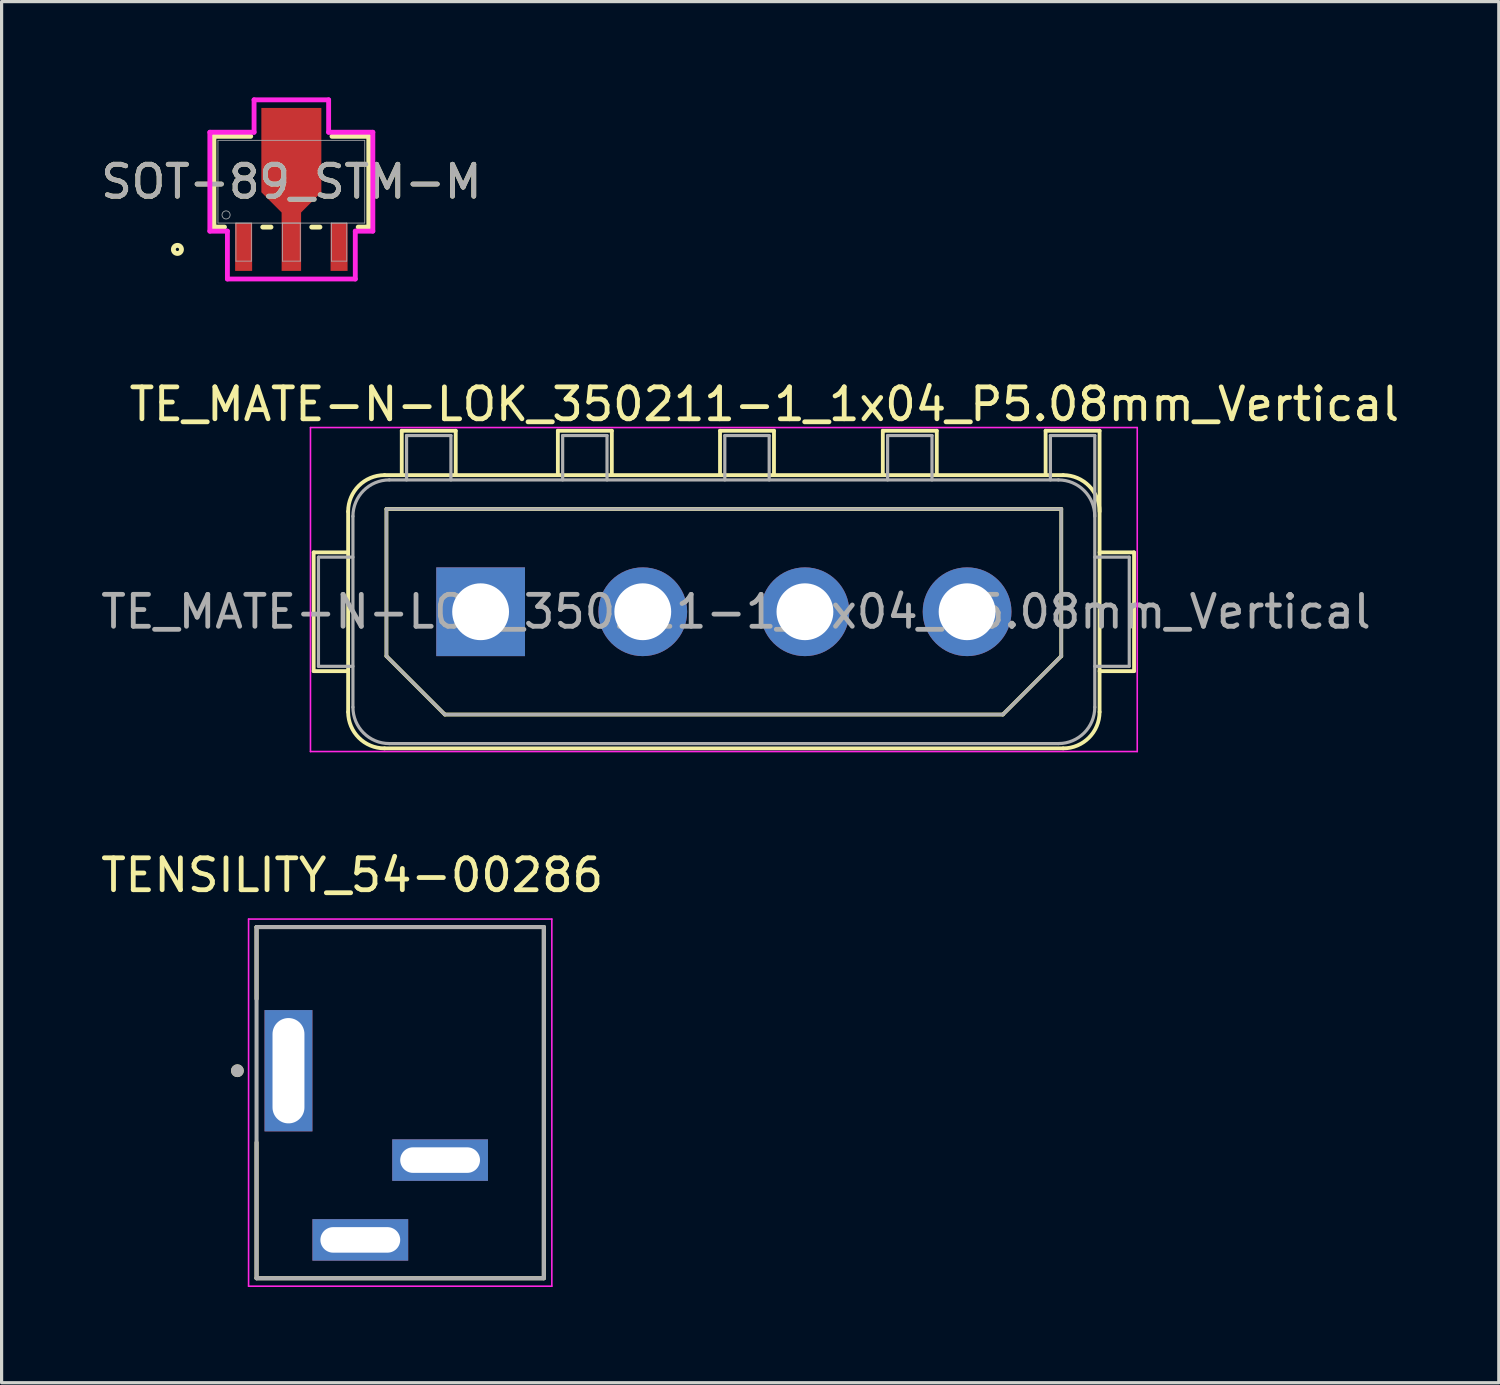
<source format=kicad_pcb>
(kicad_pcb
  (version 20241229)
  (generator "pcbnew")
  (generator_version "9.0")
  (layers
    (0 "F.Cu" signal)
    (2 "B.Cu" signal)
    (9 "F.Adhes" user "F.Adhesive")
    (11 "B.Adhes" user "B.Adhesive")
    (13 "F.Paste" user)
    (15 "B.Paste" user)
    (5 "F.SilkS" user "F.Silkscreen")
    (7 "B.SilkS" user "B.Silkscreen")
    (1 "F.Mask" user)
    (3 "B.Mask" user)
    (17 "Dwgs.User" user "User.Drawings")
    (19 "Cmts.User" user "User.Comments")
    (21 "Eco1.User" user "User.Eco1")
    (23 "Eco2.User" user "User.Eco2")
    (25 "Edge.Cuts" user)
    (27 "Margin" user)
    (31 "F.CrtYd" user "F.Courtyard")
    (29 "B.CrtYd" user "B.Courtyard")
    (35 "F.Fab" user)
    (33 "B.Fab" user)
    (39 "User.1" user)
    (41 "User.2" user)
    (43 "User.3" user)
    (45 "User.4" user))
  (footprint "TENSILITY_54-00286"
    (layer "F.Cu")
    (at 9.487 31.492)
    (property "Reference" "TENSILITY_54-00286" (at -1.505 -7.125 0) (layer "F.SilkS") (effects (font (size 1 1) (thickness 0.15))))
    (attr through_hole)
    (fp_line (start -4.5 -5.5) (end 4.5 -5.5) (stroke (width 0.127) (type solid)) (layer "F.SilkS"))
    (fp_line (start -4.5 -3.25) (end -4.5 -5.5) (stroke (width 0.127) (type solid)) (layer "F.SilkS"))
    (fp_line (start -4.5 5.5) (end -4.5 1.25) (stroke (width 0.127) (type solid)) (layer "F.SilkS"))
    (fp_line (start 4.5 -5.5) (end 4.5 5.5) (stroke (width 0.127) (type solid)) (layer "F.SilkS"))
    (fp_line (start 4.5 5.5) (end -4.5 5.5) (stroke (width 0.127) (type solid)) (layer "F.SilkS"))
    (fp_circle (center -5.1 -1) (end -5 -1) (stroke (width 0.2) (type solid)) (fill no) (layer "F.SilkS"))
    (fp_line (start -4.75 -5.75) (end -4.75 5.75) (stroke (width 0.05) (type solid)) (layer "F.CrtYd"))
    (fp_line (start -4.75 5.75) (end 4.75 5.75) (stroke (width 0.05) (type solid)) (layer "F.CrtYd"))
    (fp_line (start 4.75 -5.75) (end -4.75 -5.75) (stroke (width 0.05) (type solid)) (layer "F.CrtYd"))
    (fp_line (start 4.75 5.75) (end 4.75 -5.75) (stroke (width 0.05) (type solid)) (layer "F.CrtYd"))
    (fp_line (start -4.5 -5.5) (end 4.5 -5.5) (stroke (width 0.127) (type solid)) (layer "F.Fab"))
    (fp_line (start -4.5 5.5) (end -4.5 -5.5) (stroke (width 0.127) (type solid)) (layer "F.Fab"))
    (fp_line (start 4.5 -5.5) (end 4.5 5.5) (stroke (width 0.127) (type solid)) (layer "F.Fab"))
    (fp_line (start 4.5 5.5) (end -4.5 5.5) (stroke (width 0.127) (type solid)) (layer "F.Fab"))
    (fp_circle (center -5.1 -1) (end -5 -1) (stroke (width 0.2) (type solid)) (fill no) (layer "F.Fab"))
    (pad "A" thru_hole rect (at -3.5 -1) (size 1.5 3.8) (drill oval 1 3.3) (layers "*.Cu" "*.Mask"))
    (pad "B" thru_hole rect (at -1.25 4.3) (size 3 1.3) (drill oval 2.5 0.8) (layers "*.Cu" "*.Mask"))
    (pad "C" thru_hole rect (at 1.25 1.8) (size 3 1.3) (drill oval 2.5 0.8) (layers "*.Cu" "*.Mask")))
  (footprint "TE_MATE-N-LOK_350211-1_1x04_P5.08mm_Vertical"
    (layer "F.Cu")
    (at 12.006 16.114)
    (property "Reference" "TE_MATE-N-LOK_350211-1_1x04_P5.08mm_Vertical" (at 8.89 -6.5 0) (layer "F.SilkS") (effects (font (size 1 1) (thickness 0.15))))
    (attr through_hole)
    (fp_line (start -5.23 -1.86) (end -4.15 -1.86) (stroke (width 0.12) (type solid)) (layer "F.SilkS"))
    (fp_line (start -5.23 1.86) (end -5.23 -1.86) (stroke (width 0.12) (type solid)) (layer "F.SilkS"))
    (fp_line (start -4.15 -3.14) (end -4.15 3.14) (stroke (width 0.12) (type solid)) (layer "F.SilkS"))
    (fp_line (start -4.15 1.86) (end -5.23 1.86) (stroke (width 0.12) (type solid)) (layer "F.SilkS"))
    (fp_line (start -3.01 4.28) (end 18.25 4.28) (stroke (width 0.12) (type solid)) (layer "F.SilkS"))
    (fp_line (start -2.95 -3.22) (end 18.19 -3.22) (stroke (width 0.12) (type solid)) (layer "F.SilkS"))
    (fp_line (start -2.95 1.39) (end -2.95 -3.22) (stroke (width 0.12) (type solid)) (layer "F.SilkS"))
    (fp_line (start -2.47 -5.67) (end -0.78 -5.67) (stroke (width 0.12) (type solid)) (layer "F.SilkS"))
    (fp_line (start -2.47 -4.28) (end -2.47 -5.67) (stroke (width 0.12) (type solid)) (layer "F.SilkS"))
    (fp_line (start -1.12 3.22) (end -2.95 1.39) (stroke (width 0.12) (type solid)) (layer "F.SilkS"))
    (fp_line (start -0.78 -5.67) (end -0.78 -4.28) (stroke (width 0.12) (type solid)) (layer "F.SilkS"))
    (fp_line (start 2.42 -5.67) (end 4.11 -5.67) (stroke (width 0.12) (type solid)) (layer "F.SilkS"))
    (fp_line (start 2.42 -4.28) (end 2.42 -5.67) (stroke (width 0.12) (type solid)) (layer "F.SilkS"))
    (fp_line (start 4.11 -5.67) (end 4.11 -4.28) (stroke (width 0.12) (type solid)) (layer "F.SilkS"))
    (fp_line (start 7.5 -5.67) (end 9.19 -5.67) (stroke (width 0.12) (type solid)) (layer "F.SilkS"))
    (fp_line (start 7.5 -4.28) (end 7.5 -5.67) (stroke (width 0.12) (type solid)) (layer "F.SilkS"))
    (fp_line (start 9.19 -5.67) (end 9.19 -4.28) (stroke (width 0.12) (type solid)) (layer "F.SilkS"))
    (fp_line (start 12.6 -5.67) (end 14.29 -5.67) (stroke (width 0.12) (type solid)) (layer "F.SilkS"))
    (fp_line (start 12.6 -4.28) (end 12.6 -5.67) (stroke (width 0.12) (type solid)) (layer "F.SilkS"))
    (fp_line (start 14.29 -5.67) (end 14.29 -4.28) (stroke (width 0.12) (type solid)) (layer "F.SilkS"))
    (fp_line (start 16.36 3.22) (end -1.12 3.22) (stroke (width 0.12) (type solid)) (layer "F.SilkS"))
    (fp_line (start 17.7 -5.67) (end 19.39 -5.67) (stroke (width 0.12) (type solid)) (layer "F.SilkS"))
    (fp_line (start 17.7 -4.28) (end 17.7 -5.67) (stroke (width 0.12) (type solid)) (layer "F.SilkS"))
    (fp_line (start 18.19 -3.22) (end 18.19 1.39) (stroke (width 0.12) (type solid)) (layer "F.SilkS"))
    (fp_line (start 18.19 1.39) (end 16.36 3.22) (stroke (width 0.12) (type solid)) (layer "F.SilkS"))
    (fp_line (start 18.25 -4.28) (end -3.01 -4.28) (stroke (width 0.12) (type solid)) (layer "F.SilkS"))
    (fp_line (start 19.39 1.86) (end 20.47 1.86) (stroke (width 0.12) (type solid)) (layer "F.SilkS"))
    (fp_line (start 19.39 3.14) (end 19.39 -5.67) (stroke (width 0.12) (type solid)) (layer "F.SilkS"))
    (fp_line (start 20.47 -1.86) (end 19.39 -1.86) (stroke (width 0.12) (type solid)) (layer "F.SilkS"))
    (fp_line (start 20.47 1.86) (end 20.47 -1.86) (stroke (width 0.12) (type solid)) (layer "F.SilkS"))
    (fp_arc (start -4.15 -3.14) (mid -3.816102 -3.946102) (end -3.01 -4.28) (stroke (width 0.12) (type solid)) (layer "F.SilkS"))
    (fp_arc (start -3.01 4.28) (mid -3.816102 3.946102) (end -4.15 3.14) (stroke (width 0.12) (type solid)) (layer "F.SilkS"))
    (fp_arc (start 18.25 -4.28) (mid 19.056102 -3.946102) (end 19.39 -3.14) (stroke (width 0.12) (type solid)) (layer "F.SilkS"))
    (fp_arc (start 19.39 3.14) (mid 19.056102 3.946102) (end 18.25 4.28) (stroke (width 0.12) (type solid)) (layer "F.SilkS"))
    (fp_line (start -5.33 -5.77) (end -5.33 4.38) (stroke (width 0.05) (type solid)) (layer "F.CrtYd"))
    (fp_line (start -5.33 4.38) (end 20.57 4.38) (stroke (width 0.05) (type solid)) (layer "F.CrtYd"))
    (fp_line (start 20.57 -5.77) (end -5.33 -5.77) (stroke (width 0.05) (type solid)) (layer "F.CrtYd"))
    (fp_line (start 20.57 4.38) (end 20.57 -5.77) (stroke (width 0.05) (type solid)) (layer "F.CrtYd"))
    (fp_line (start -5.08 -1.71) (end -4 -1.71) (stroke (width 0.1) (type solid)) (layer "F.Fab"))
    (fp_line (start -5.08 1.71) (end -5.08 -1.71) (stroke (width 0.1) (type solid)) (layer "F.Fab"))
    (fp_line (start -4 -2.99) (end -4 2.99) (stroke (width 0.1) (type solid)) (layer "F.Fab"))
    (fp_line (start -4 1.71) (end -5.08 1.71) (stroke (width 0.1) (type solid)) (layer "F.Fab"))
    (fp_line (start -2.95 -3.22) (end 18.19 -3.22) (stroke (width 0.1) (type solid)) (layer "F.Fab"))
    (fp_line (start -2.95 1.39) (end -2.95 -3.22) (stroke (width 0.1) (type solid)) (layer "F.Fab"))
    (fp_line (start -2.86 4.13) (end 18.1 4.13) (stroke (width 0.1) (type solid)) (layer "F.Fab"))
    (fp_line (start -2.32 -5.52) (end -0.93 -5.52) (stroke (width 0.1) (type solid)) (layer "F.Fab"))
    (fp_line (start -2.32 -4.13) (end -2.32 -5.52) (stroke (width 0.1) (type solid)) (layer "F.Fab"))
    (fp_line (start -1.12 3.22) (end -2.95 1.39) (stroke (width 0.1) (type solid)) (layer "F.Fab"))
    (fp_line (start -0.93 -5.52) (end -0.93 -4.13) (stroke (width 0.1) (type solid)) (layer "F.Fab"))
    (fp_line (start 2.57 -5.52) (end 3.96 -5.52) (stroke (width 0.1) (type solid)) (layer "F.Fab"))
    (fp_line (start 2.57 -4.13) (end 2.57 -5.52) (stroke (width 0.1) (type solid)) (layer "F.Fab"))
    (fp_line (start 3.96 -5.52) (end 3.96 -4.13) (stroke (width 0.1) (type solid)) (layer "F.Fab"))
    (fp_line (start 7.65 -5.52) (end 9.04 -5.52) (stroke (width 0.1) (type solid)) (layer "F.Fab"))
    (fp_line (start 7.65 -4.13) (end 7.65 -5.52) (stroke (width 0.1) (type solid)) (layer "F.Fab"))
    (fp_line (start 9.04 -5.52) (end 9.04 -4.13) (stroke (width 0.1) (type solid)) (layer "F.Fab"))
    (fp_line (start 12.75 -5.52) (end 14.14 -5.52) (stroke (width 0.1) (type solid)) (layer "F.Fab"))
    (fp_line (start 12.75 -4.13) (end 12.75 -5.52) (stroke (width 0.1) (type solid)) (layer "F.Fab"))
    (fp_line (start 14.14 -5.52) (end 14.14 -4.13) (stroke (width 0.1) (type solid)) (layer "F.Fab"))
    (fp_line (start 16.36 3.22) (end -1.12 3.22) (stroke (width 0.1) (type solid)) (layer "F.Fab"))
    (fp_line (start 17.85 -5.52) (end 19.24 -5.52) (stroke (width 0.1) (type solid)) (layer "F.Fab"))
    (fp_line (start 17.85 -4.13) (end 17.85 -5.52) (stroke (width 0.1) (type solid)) (layer "F.Fab"))
    (fp_line (start 18.1 -4.13) (end -2.86 -4.13) (stroke (width 0.1) (type solid)) (layer "F.Fab"))
    (fp_line (start 18.19 -3.22) (end 18.19 1.39) (stroke (width 0.1) (type solid)) (layer "F.Fab"))
    (fp_line (start 18.19 1.39) (end 16.36 3.22) (stroke (width 0.1) (type solid)) (layer "F.Fab"))
    (fp_line (start 19.24 1.71) (end 20.32 1.71) (stroke (width 0.1) (type solid)) (layer "F.Fab"))
    (fp_line (start 19.24 2.99) (end 19.24 -5.52) (stroke (width 0.1) (type solid)) (layer "F.Fab"))
    (fp_line (start 20.32 -1.71) (end 19.24 -1.71) (stroke (width 0.1) (type solid)) (layer "F.Fab"))
    (fp_line (start 20.32 1.71) (end 20.32 -1.71) (stroke (width 0.1) (type solid)) (layer "F.Fab"))
    (fp_arc (start -4 -2.99) (mid -3.666102 -3.796102) (end -2.86 -4.13) (stroke (width 0.1) (type solid)) (layer "F.Fab"))
    (fp_arc (start -2.86 4.13) (mid -3.666102 3.796102) (end -4 2.99) (stroke (width 0.1) (type solid)) (layer "F.Fab"))
    (fp_arc (start 18.1 -4.13) (mid 18.906102 -3.796102) (end 19.24 -2.99) (stroke (width 0.1) (type solid)) (layer "F.Fab"))
    (fp_arc (start 19.24 2.99) (mid 18.906102 3.796102) (end 18.1 4.13) (stroke (width 0.1) (type solid)) (layer "F.Fab"))
    (fp_text user "${REFERENCE}" (at 8 0 0) (layer "F.Fab") (effects (font (size 1 1) (thickness 0.15))))
    (pad "1" thru_hole rect (at 0 0) (size 2.78 2.78) (drill 1.78) (layers "*.Cu" "*.Mask"))
    (pad "2" thru_hole circle (at 5.08 0) (size 2.78 2.78) (drill 1.78) (layers "*.Cu" "*.Mask"))
    (pad "3" thru_hole circle (at 10.16 0) (size 2.78 2.78) (drill 1.78) (layers "*.Cu" "*.Mask"))
    (pad "4" thru_hole circle (at 15.24 0) (size 2.78 2.78) (drill 1.78) (layers "*.Cu" "*.Mask")))
  (footprint "SOT-89_STM-M"
    (layer "F.Cu")
    (at 6.077 2.642)
    (property "Reference" "SOT-89_STM-M" (at 0 0 0) (unlocked yes) (layer "F.SilkS") (effects (font (size 1 1) (thickness 0.15))))
    (attr smd)
    (fp_poly (pts (xy -0.305 1.295) (xy -0.305 0.965) (xy -0.94 0.33) (xy -0.94 -2.311) (xy 0.94 -2.311) (xy 0.94 0.33) (xy 0.305 0.965) (xy 0.305 1.295)) (stroke (width 0) (type solid)) (fill yes) (layer "F.Cu"))
    (fp_poly (pts (xy -0.305 1.321) (xy -0.305 0.965) (xy -0.94 0.33) (xy -0.94 -2.057) (xy 0.94 -2.057) (xy 0.94 0.33) (xy 0.305 0.965) (xy 0.305 1.321)) (stroke (width 0) (type solid)) (fill yes) (layer "F.Mask"))
    (fp_line (start -2.426 -1.422) (end -2.426 1.422) (stroke (width 0.152) (type solid)) (layer "F.SilkS"))
    (fp_line (start -2.426 1.422) (end -2.094 1.422) (stroke (width 0.152) (type solid)) (layer "F.SilkS"))
    (fp_line (start -1.273 -1.422) (end -2.426 -1.422) (stroke (width 0.152) (type solid)) (layer "F.SilkS"))
    (fp_line (start -0.896 1.422) (end -0.638 1.422) (stroke (width 0.152) (type solid)) (layer "F.SilkS"))
    (fp_line (start 0.638 1.422) (end 0.896 1.422) (stroke (width 0.152) (type solid)) (layer "F.SilkS"))
    (fp_line (start 2.094 1.422) (end 2.426 1.422) (stroke (width 0.152) (type solid)) (layer "F.SilkS"))
    (fp_line (start 2.426 -1.422) (end 1.273 -1.422) (stroke (width 0.152) (type solid)) (layer "F.SilkS"))
    (fp_line (start 2.426 1.422) (end 2.426 -1.422) (stroke (width 0.152) (type solid)) (layer "F.SilkS"))
    (fp_circle (center -3.569 2.121) (end -3.442 2.121) (stroke (width 0.152) (type solid)) (fill no) (layer "F.SilkS"))
    (fp_poly (pts (xy -0.305 1.321) (xy -0.305 0.965) (xy -0.94 0.33) (xy -0.94 -2.057) (xy 0.94 -2.057) (xy 0.94 0.33) (xy 0.305 0.965) (xy 0.305 1.321)) (stroke (width 0) (type solid)) (fill yes) (layer "F.Paste"))
    (fp_line (start -2.553 -1.549) (end -1.168 -1.549) (stroke (width 0.152) (type solid)) (layer "F.CrtYd"))
    (fp_line (start -2.553 1.549) (end -2.553 -1.549) (stroke (width 0.152) (type solid)) (layer "F.CrtYd"))
    (fp_line (start -2.003 1.549) (end -2.553 1.549) (stroke (width 0.152) (type solid)) (layer "F.CrtYd"))
    (fp_line (start -2.003 3.048) (end -2.003 1.549) (stroke (width 0.152) (type solid)) (layer "F.CrtYd"))
    (fp_line (start -1.168 -2.565) (end 1.168 -2.565) (stroke (width 0.152) (type solid)) (layer "F.CrtYd"))
    (fp_line (start -1.168 -1.549) (end -1.168 -2.565) (stroke (width 0.152) (type solid)) (layer "F.CrtYd"))
    (fp_line (start 1.168 -2.565) (end 1.168 -1.549) (stroke (width 0.152) (type solid)) (layer "F.CrtYd"))
    (fp_line (start 1.168 -1.549) (end 2.553 -1.549) (stroke (width 0.152) (type solid)) (layer "F.CrtYd"))
    (fp_line (start 2.003 1.549) (end 2.003 3.048) (stroke (width 0.152) (type solid)) (layer "F.CrtYd"))
    (fp_line (start 2.003 3.048) (end -2.003 3.048) (stroke (width 0.152) (type solid)) (layer "F.CrtYd"))
    (fp_line (start 2.553 -1.549) (end 2.553 1.549) (stroke (width 0.152) (type solid)) (layer "F.CrtYd"))
    (fp_line (start 2.553 1.549) (end 2.003 1.549) (stroke (width 0.152) (type solid)) (layer "F.CrtYd"))
    (fp_line (start -2.299 -1.295) (end -2.299 1.295) (stroke (width 0.025) (type solid)) (layer "F.Fab"))
    (fp_line (start -2.299 1.295) (end 2.299 1.295) (stroke (width 0.025) (type solid)) (layer "F.Fab"))
    (fp_line (start -1.736 1.295) (end -1.736 2.489) (stroke (width 0.025) (type solid)) (layer "F.Fab"))
    (fp_line (start -1.736 2.489) (end -1.254 2.489) (stroke (width 0.025) (type solid)) (layer "F.Fab"))
    (fp_line (start -1.254 1.295) (end -1.736 1.295) (stroke (width 0.025) (type solid)) (layer "F.Fab"))
    (fp_line (start -1.254 2.489) (end -1.254 1.295) (stroke (width 0.025) (type solid)) (layer "F.Fab"))
    (fp_line (start -0.279 1.295) (end -0.279 2.489) (stroke (width 0.025) (type solid)) (layer "F.Fab"))
    (fp_line (start -0.279 2.489) (end 0.279 2.489) (stroke (width 0.025) (type solid)) (layer "F.Fab"))
    (fp_line (start 0.279 1.295) (end -0.279 1.295) (stroke (width 0.025) (type solid)) (layer "F.Fab"))
    (fp_line (start 0.279 2.489) (end 0.279 1.295) (stroke (width 0.025) (type solid)) (layer "F.Fab"))
    (fp_line (start 1.254 1.295) (end 1.254 2.489) (stroke (width 0.025) (type solid)) (layer "F.Fab"))
    (fp_line (start 1.254 2.489) (end 1.736 2.489) (stroke (width 0.025) (type solid)) (layer "F.Fab"))
    (fp_line (start 1.736 1.295) (end 1.254 1.295) (stroke (width 0.025) (type solid)) (layer "F.Fab"))
    (fp_line (start 1.736 2.489) (end 1.736 1.295) (stroke (width 0.025) (type solid)) (layer "F.Fab"))
    (fp_line (start 2.299 -1.295) (end -2.299 -1.295) (stroke (width 0.025) (type solid)) (layer "F.Fab"))
    (fp_line (start 2.299 1.295) (end 2.299 -1.295) (stroke (width 0.025) (type solid)) (layer "F.Fab"))
    (fp_circle (center -2.045 1.041) (end -1.918 1.041) (stroke (width 0.025) (type solid)) (fill no) (layer "F.Fab"))
    (fp_text user "${REFERENCE}" (at 0 0 0) (unlocked yes) (layer "F.Fab") (effects (font (size 1 1) (thickness 0.15))))
    (pad "1" smd rect (at -1.495 2.045) (size 0.533 1.499) (layers "F.Cu" "F.Mask" "F.Paste"))
    (pad "2" smd rect (at 0 2.045) (size 0.61 1.499) (layers "F.Cu" "F.Mask" "F.Paste"))
    (pad "3" smd rect (at 1.495 2.045) (size 0.533 1.499) (layers "F.Cu" "F.Mask" "F.Paste")))
  (gr_rect
    (start -3 -3)
    (end 43.902 40.267)
    (stroke (width 0.1) (type default))
    (fill no)
    (layer "Edge.Cuts")))
</source>
